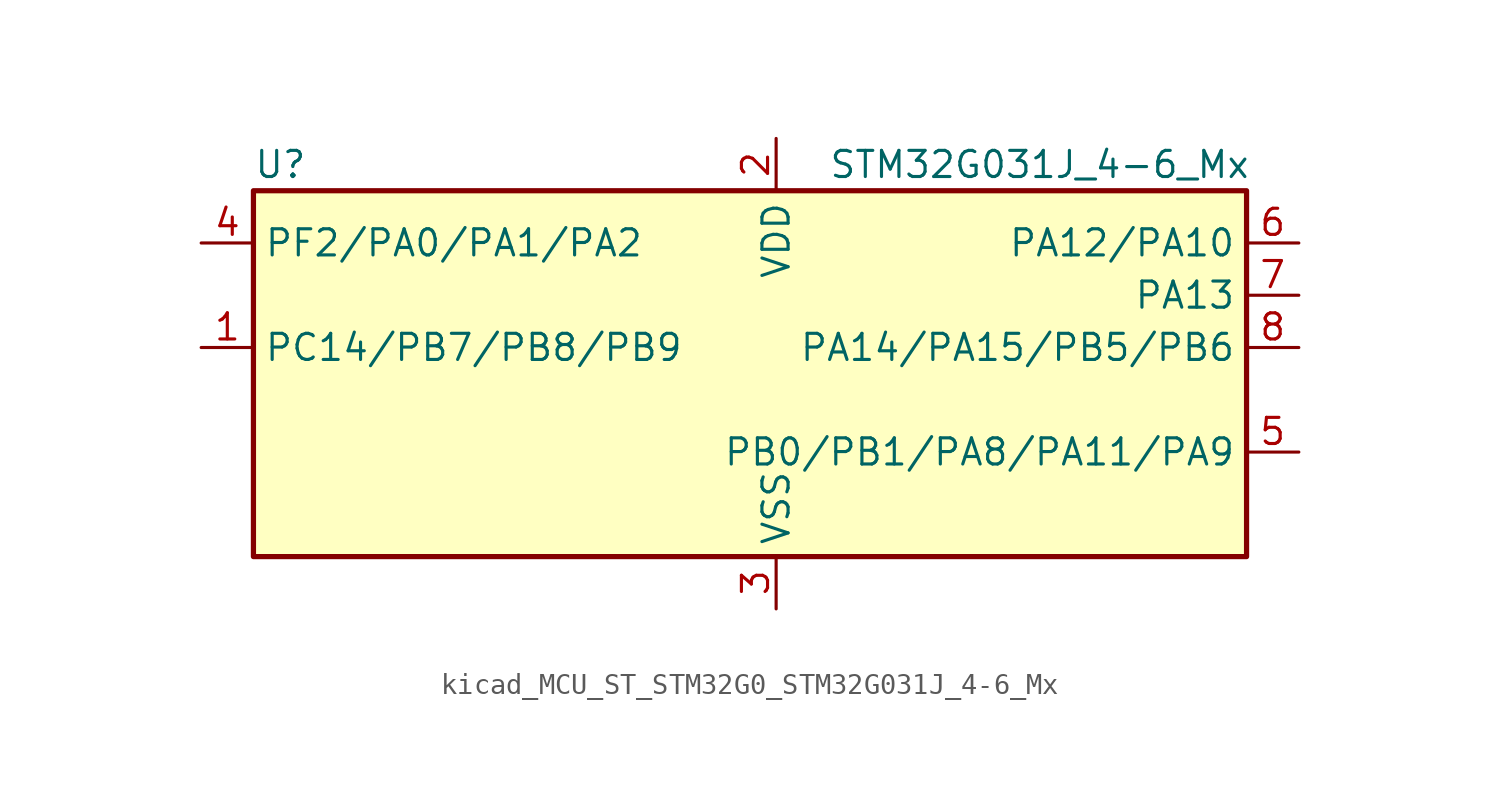
<source format=kicad_sym>
(kicad_symbol_lib
  (version 20220914)
  (generator kicad_symbol_editor)
  (symbol "kicad_MCU_ST_STM32G0_STM32G031J_4-6_Mx"
    (property "Reference" "U"
      (at -22.86 11.43 0)
      (effects (font (size 1.27 1.27)) (justify left)))
    (property "Value" "STM32G031J_4-6_Mx"
      (at 5.08 11.43 0)
      (effects (font (size 1.27 1.27)) (justify left)))
    (property "ki_locked" ""
      (at 0 0 0)
      (effects (font (size 1.27 1.27))))
    (symbol "kicad_MCU_ST_STM32G0_STM32G031J_4-6_Mx_0_1"
      (rectangle (start -22.86 -7.62) (end 25.4 10.16) (stroke (width 0.254) (type default)) (fill (type background))))
    (symbol "kicad_MCU_ST_STM32G0_STM32G031J_4-6_Mx_1_1"
      (pin bidirectional line (at -25.4 2.54 0) (length 2.54) (name "PC14/PB7/PB8/PB9" (effects (font (size 1.27 1.27)))) (number "1" (effects (font (size 1.27 1.27)))) (alternate "RCC_OSC32_IN" bidirectional line) (alternate "RCC_OSC_IN" bidirectional line) (alternate "TIM1_BK2" bidirectional line))
      (pin power_in line (at 2.54 12.7 270) (length 2.54) (name "VDD" (effects (font (size 1.27 1.27)))) (number "2" (effects (font (size 1.27 1.27)))))
      (pin power_in line (at 2.54 -10.16 90) (length 2.54) (name "VSS" (effects (font (size 1.27 1.27)))) (number "3" (effects (font (size 1.27 1.27)))))
      (pin bidirectional line (at -25.4 7.62 0) (length 2.54) (name "PF2/PA0/PA1/PA2" (effects (font (size 1.27 1.27)))) (number "4" (effects (font (size 1.27 1.27)))) (alternate "RCC_MCO" bidirectional line))
      (pin bidirectional line (at 27.94 -2.54 180) (length 2.54) (name "PB0/PB1/PA8/PA11/PA9" (effects (font (size 1.27 1.27)))) (number "5" (effects (font (size 1.27 1.27)))) (alternate "ADC1_IN8" bidirectional line) (alternate "I2S1_WS" bidirectional line) (alternate "LPTIM1_OUT" bidirectional line) (alternate "SPI1_NSS" bidirectional line) (alternate "TIM1_CH2N" bidirectional line) (alternate "TIM3_CH3" bidirectional line))
      (pin bidirectional line (at 27.94 7.62 180) (length 2.54) (name "PA12/PA10" (effects (font (size 1.27 1.27)))) (number "6" (effects (font (size 1.27 1.27)))) (alternate "ADC1_IN16" bidirectional line) (alternate "I2C2_SDA" bidirectional line) (alternate "I2S1_SD" bidirectional line) (alternate "I2S_CKIN" bidirectional line) (alternate "SPI1_MOSI" bidirectional line) (alternate "TIM1_ETR" bidirectional line) (alternate "USART1_CK" bidirectional line) (alternate "USART1_DE" bidirectional line) (alternate "USART1_RTS" bidirectional line))
      (pin bidirectional line (at 27.94 5.08 180) (length 2.54) (name "PA13" (effects (font (size 1.27 1.27)))) (number "7" (effects (font (size 1.27 1.27)))) (alternate "ADC1_IN17" bidirectional line) (alternate "IR_OUT" bidirectional line) (alternate "SYS_SWDIO" bidirectional line))
      (pin bidirectional line (at 27.94 2.54 180) (length 2.54) (name "PA14/PA15/PB5/PB6" (effects (font (size 1.27 1.27)))) (number "8" (effects (font (size 1.27 1.27)))) (alternate "ADC1_IN18" bidirectional line) (alternate "SYS_SWCLK" bidirectional line) (alternate "USART2_TX" bidirectional line)))))
</source>
